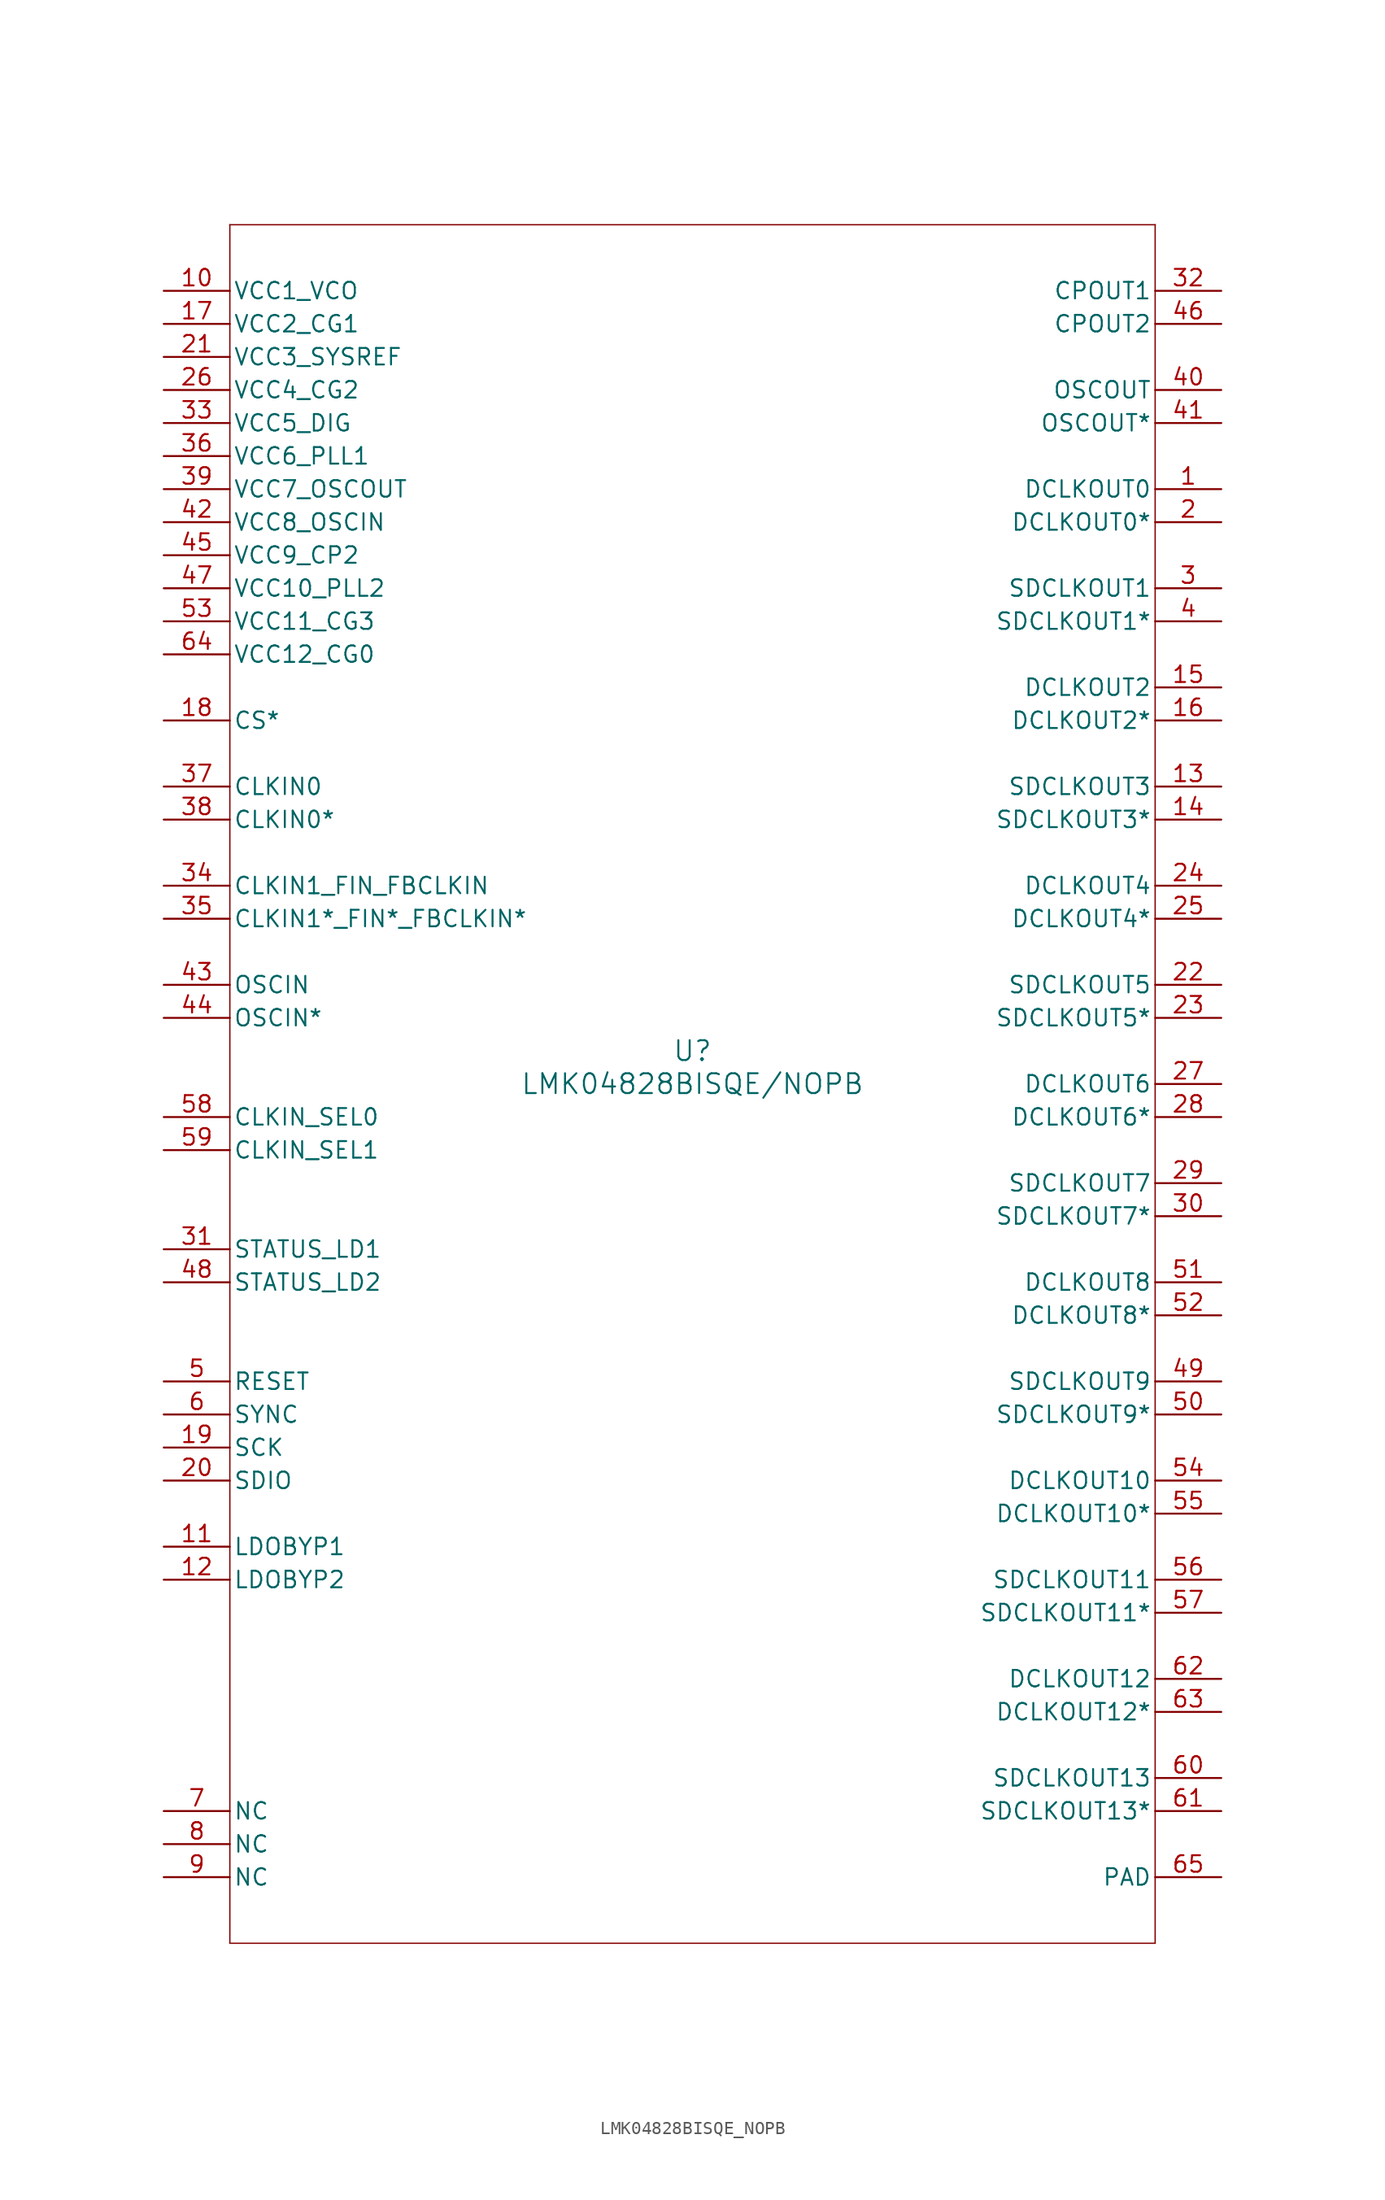
<source format=kicad_sym>
(kicad_symbol_lib
  (version 20211014)
  (generator kicad_symbol_editor)
  (symbol "LMK04828BISQE_NOPB"
    (pin_names
      (offset 0.254))
    (property "Reference" "U"
      (at 0 2.54 0)
      (effects (font (size 1.524 1.524))))
    (property "Value" "LMK04828BISQE/NOPB"
      (at 0 0 0)
      (effects (font (size 1.524 1.524))))
    (symbol "LMK04828BISQE_NOPB_0_1"
      (polyline (pts (xy -35.56 -66.04) (xy 35.56 -66.04)) (stroke (width 0.102) (type default) (color 0 0 0 0)) (fill (type none)))
      (polyline (pts (xy 35.56 -66.04) (xy 35.56 66.04)) (stroke (width 0.102) (type default) (color 0 0 0 0)) (fill (type none)))
      (polyline (pts (xy 35.56 66.04) (xy -35.56 66.04)) (stroke (width 0.102) (type default) (color 0 0 0 0)) (fill (type none)))
      (polyline (pts (xy -35.56 66.04) (xy -35.56 -66.04)) (stroke (width 0.102) (type default) (color 0 0 0 0)) (fill (type none)))
      (pin output line (at 40.64 45.72 180) (length 5.08) (name "DCLKOUT0" (effects (font (size 1.27 1.27)))) (number "1" (effects (font (size 1.27 1.27)))))
      (pin output line (at 40.64 43.18 180) (length 5.08) (name "DCLKOUT0*" (effects (font (size 1.27 1.27)))) (number "2" (effects (font (size 1.27 1.27)))))
      (pin output line (at 40.64 38.1 180) (length 5.08) (name "SDCLKOUT1" (effects (font (size 1.27 1.27)))) (number "3" (effects (font (size 1.27 1.27)))))
      (pin output line (at 40.64 35.56 180) (length 5.08) (name "SDCLKOUT1*" (effects (font (size 1.27 1.27)))) (number "4" (effects (font (size 1.27 1.27)))))
      (pin bidirectional line (at -40.64 -22.86 0) (length 5.08) (name "RESET" (effects (font (size 1.27 1.27)))) (number "5" (effects (font (size 1.27 1.27)))))
      (pin bidirectional line (at -40.64 -25.4 0) (length 5.08) (name "SYNC" (effects (font (size 1.27 1.27)))) (number "6" (effects (font (size 1.27 1.27)))))
      (pin unspecified line (at -40.64 -55.88 0) (length 5.08) (name "NC" (effects (font (size 1.27 1.27)))) (number "7" (effects (font (size 1.27 1.27)))))
      (pin unspecified line (at -40.64 -58.42 0) (length 5.08) (name "NC" (effects (font (size 1.27 1.27)))) (number "8" (effects (font (size 1.27 1.27)))))
      (pin unspecified line (at -40.64 -60.96 0) (length 5.08) (name "NC" (effects (font (size 1.27 1.27)))) (number "9" (effects (font (size 1.27 1.27)))))
      (pin unspecified line (at -40.64 60.96 0) (length 5.08) (name "VCC1_VCO" (effects (font (size 1.27 1.27)))) (number "10" (effects (font (size 1.27 1.27)))))
      (pin unspecified line (at -40.64 -35.56 0) (length 5.08) (name "LDOBYP1" (effects (font (size 1.27 1.27)))) (number "11" (effects (font (size 1.27 1.27)))))
      (pin unspecified line (at -40.64 -38.1 0) (length 5.08) (name "LDOBYP2" (effects (font (size 1.27 1.27)))) (number "12" (effects (font (size 1.27 1.27)))))
      (pin output line (at 40.64 22.86 180) (length 5.08) (name "SDCLKOUT3" (effects (font (size 1.27 1.27)))) (number "13" (effects (font (size 1.27 1.27)))))
      (pin output line (at 40.64 20.32 180) (length 5.08) (name "SDCLKOUT3*" (effects (font (size 1.27 1.27)))) (number "14" (effects (font (size 1.27 1.27)))))
      (pin output line (at 40.64 30.48 180) (length 5.08) (name "DCLKOUT2" (effects (font (size 1.27 1.27)))) (number "15" (effects (font (size 1.27 1.27)))))
      (pin output line (at 40.64 27.94 180) (length 5.08) (name "DCLKOUT2*" (effects (font (size 1.27 1.27)))) (number "16" (effects (font (size 1.27 1.27)))))
      (pin power_in line (at -40.64 58.42 0) (length 5.08) (name "VCC2_CG1" (effects (font (size 1.27 1.27)))) (number "17" (effects (font (size 1.27 1.27)))))
      (pin input line (at -40.64 27.94 0) (length 5.08) (name "CS*" (effects (font (size 1.27 1.27)))) (number "18" (effects (font (size 1.27 1.27)))))
      (pin input line (at -40.64 -27.94 0) (length 5.08) (name "SCK" (effects (font (size 1.27 1.27)))) (number "19" (effects (font (size 1.27 1.27)))))
      (pin bidirectional line (at -40.64 -30.48 0) (length 5.08) (name "SDIO" (effects (font (size 1.27 1.27)))) (number "20" (effects (font (size 1.27 1.27)))))
      (pin power_in line (at -40.64 55.88 0) (length 5.08) (name "VCC3_SYSREF" (effects (font (size 1.27 1.27)))) (number "21" (effects (font (size 1.27 1.27)))))
      (pin output line (at 40.64 7.62 180) (length 5.08) (name "SDCLKOUT5" (effects (font (size 1.27 1.27)))) (number "22" (effects (font (size 1.27 1.27)))))
      (pin output line (at 40.64 5.08 180) (length 5.08) (name "SDCLKOUT5*" (effects (font (size 1.27 1.27)))) (number "23" (effects (font (size 1.27 1.27)))))
      (pin output line (at 40.64 15.24 180) (length 5.08) (name "DCLKOUT4" (effects (font (size 1.27 1.27)))) (number "24" (effects (font (size 1.27 1.27)))))
      (pin output line (at 40.64 12.7 180) (length 5.08) (name "DCLKOUT4*" (effects (font (size 1.27 1.27)))) (number "25" (effects (font (size 1.27 1.27)))))
      (pin power_in line (at -40.64 53.34 0) (length 5.08) (name "VCC4_CG2" (effects (font (size 1.27 1.27)))) (number "26" (effects (font (size 1.27 1.27)))))
      (pin output line (at 40.64 0 180) (length 5.08) (name "DCLKOUT6" (effects (font (size 1.27 1.27)))) (number "27" (effects (font (size 1.27 1.27)))))
      (pin output line (at 40.64 -2.54 180) (length 5.08) (name "DCLKOUT6*" (effects (font (size 1.27 1.27)))) (number "28" (effects (font (size 1.27 1.27)))))
      (pin output line (at 40.64 -7.62 180) (length 5.08) (name "SDCLKOUT7" (effects (font (size 1.27 1.27)))) (number "29" (effects (font (size 1.27 1.27)))))
      (pin output line (at 40.64 -10.16 180) (length 5.08) (name "SDCLKOUT7*" (effects (font (size 1.27 1.27)))) (number "30" (effects (font (size 1.27 1.27)))))
      (pin bidirectional line (at -40.64 -12.7 0) (length 5.08) (name "STATUS_LD1" (effects (font (size 1.27 1.27)))) (number "31" (effects (font (size 1.27 1.27)))))
      (pin output line (at 40.64 60.96 180) (length 5.08) (name "CPOUT1" (effects (font (size 1.27 1.27)))) (number "32" (effects (font (size 1.27 1.27)))))
      (pin power_in line (at -40.64 50.8 0) (length 5.08) (name "VCC5_DIG" (effects (font (size 1.27 1.27)))) (number "33" (effects (font (size 1.27 1.27)))))
      (pin input line (at -40.64 15.24 0) (length 5.08) (name "CLKIN1_FIN_FBCLKIN" (effects (font (size 1.27 1.27)))) (number "34" (effects (font (size 1.27 1.27)))))
      (pin input line (at -40.64 12.7 0) (length 5.08) (name "CLKIN1*_FIN*_FBCLKIN*" (effects (font (size 1.27 1.27)))) (number "35" (effects (font (size 1.27 1.27)))))
      (pin power_in line (at -40.64 48.26 0) (length 5.08) (name "VCC6_PLL1" (effects (font (size 1.27 1.27)))) (number "36" (effects (font (size 1.27 1.27)))))
      (pin input line (at -40.64 22.86 0) (length 5.08) (name "CLKIN0" (effects (font (size 1.27 1.27)))) (number "37" (effects (font (size 1.27 1.27)))))
      (pin input line (at -40.64 20.32 0) (length 5.08) (name "CLKIN0*" (effects (font (size 1.27 1.27)))) (number "38" (effects (font (size 1.27 1.27)))))
      (pin unspecified line (at -40.64 45.72 0) (length 5.08) (name "VCC7_OSCOUT" (effects (font (size 1.27 1.27)))) (number "39" (effects (font (size 1.27 1.27)))))
      (pin output line (at 40.64 53.34 180) (length 5.08) (name "OSCOUT" (effects (font (size 1.27 1.27)))) (number "40" (effects (font (size 1.27 1.27)))))
      (pin output line (at 40.64 50.8 180) (length 5.08) (name "OSCOUT*" (effects (font (size 1.27 1.27)))) (number "41" (effects (font (size 1.27 1.27)))))
      (pin power_in line (at -40.64 43.18 0) (length 5.08) (name "VCC8_OSCIN" (effects (font (size 1.27 1.27)))) (number "42" (effects (font (size 1.27 1.27)))))
      (pin input line (at -40.64 7.62 0) (length 5.08) (name "OSCIN" (effects (font (size 1.27 1.27)))) (number "43" (effects (font (size 1.27 1.27)))))
      (pin input line (at -40.64 5.08 0) (length 5.08) (name "OSCIN*" (effects (font (size 1.27 1.27)))) (number "44" (effects (font (size 1.27 1.27)))))
      (pin power_in line (at -40.64 40.64 0) (length 5.08) (name "VCC9_CP2" (effects (font (size 1.27 1.27)))) (number "45" (effects (font (size 1.27 1.27)))))
      (pin output line (at 40.64 58.42 180) (length 5.08) (name "CPOUT2" (effects (font (size 1.27 1.27)))) (number "46" (effects (font (size 1.27 1.27)))))
      (pin power_in line (at -40.64 38.1 0) (length 5.08) (name "VCC10_PLL2" (effects (font (size 1.27 1.27)))) (number "47" (effects (font (size 1.27 1.27)))))
      (pin bidirectional line (at -40.64 -15.24 0) (length 5.08) (name "STATUS_LD2" (effects (font (size 1.27 1.27)))) (number "48" (effects (font (size 1.27 1.27)))))
      (pin output line (at 40.64 -22.86 180) (length 5.08) (name "SDCLKOUT9" (effects (font (size 1.27 1.27)))) (number "49" (effects (font (size 1.27 1.27)))))
      (pin output line (at 40.64 -25.4 180) (length 5.08) (name "SDCLKOUT9*" (effects (font (size 1.27 1.27)))) (number "50" (effects (font (size 1.27 1.27)))))
      (pin output line (at 40.64 -15.24 180) (length 5.08) (name "DCLKOUT8" (effects (font (size 1.27 1.27)))) (number "51" (effects (font (size 1.27 1.27)))))
      (pin output line (at 40.64 -17.78 180) (length 5.08) (name "DCLKOUT8*" (effects (font (size 1.27 1.27)))) (number "52" (effects (font (size 1.27 1.27)))))
      (pin power_in line (at -40.64 35.56 0) (length 5.08) (name "VCC11_CG3" (effects (font (size 1.27 1.27)))) (number "53" (effects (font (size 1.27 1.27)))))
      (pin output line (at 40.64 -30.48 180) (length 5.08) (name "DCLKOUT10" (effects (font (size 1.27 1.27)))) (number "54" (effects (font (size 1.27 1.27)))))
      (pin output line (at 40.64 -33.02 180) (length 5.08) (name "DCLKOUT10*" (effects (font (size 1.27 1.27)))) (number "55" (effects (font (size 1.27 1.27)))))
      (pin output line (at 40.64 -38.1 180) (length 5.08) (name "SDCLKOUT11" (effects (font (size 1.27 1.27)))) (number "56" (effects (font (size 1.27 1.27)))))
      (pin output line (at 40.64 -40.64 180) (length 5.08) (name "SDCLKOUT11*" (effects (font (size 1.27 1.27)))) (number "57" (effects (font (size 1.27 1.27)))))
      (pin bidirectional line (at -40.64 -2.54 0) (length 5.08) (name "CLKIN_SEL0" (effects (font (size 1.27 1.27)))) (number "58" (effects (font (size 1.27 1.27)))))
      (pin bidirectional line (at -40.64 -5.08 0) (length 5.08) (name "CLKIN_SEL1" (effects (font (size 1.27 1.27)))) (number "59" (effects (font (size 1.27 1.27)))))
      (pin output line (at 40.64 -53.34 180) (length 5.08) (name "SDCLKOUT13" (effects (font (size 1.27 1.27)))) (number "60" (effects (font (size 1.27 1.27)))))
      (pin output line (at 40.64 -55.88 180) (length 5.08) (name "SDCLKOUT13*" (effects (font (size 1.27 1.27)))) (number "61" (effects (font (size 1.27 1.27)))))
      (pin output line (at 40.64 -45.72 180) (length 5.08) (name "DCLKOUT12" (effects (font (size 1.27 1.27)))) (number "62" (effects (font (size 1.27 1.27)))))
      (pin output line (at 40.64 -48.26 180) (length 5.08) (name "DCLKOUT12*" (effects (font (size 1.27 1.27)))) (number "63" (effects (font (size 1.27 1.27)))))
      (pin power_in line (at -40.64 33.02 0) (length 5.08) (name "VCC12_CG0" (effects (font (size 1.27 1.27)))) (number "64" (effects (font (size 1.27 1.27)))))
      (pin power_in line (at 40.64 -60.96 180) (length 5.08) (name "PAD" (effects (font (size 1.27 1.27)))) (number "65" (effects (font (size 1.27 1.27))))))))
</source>
